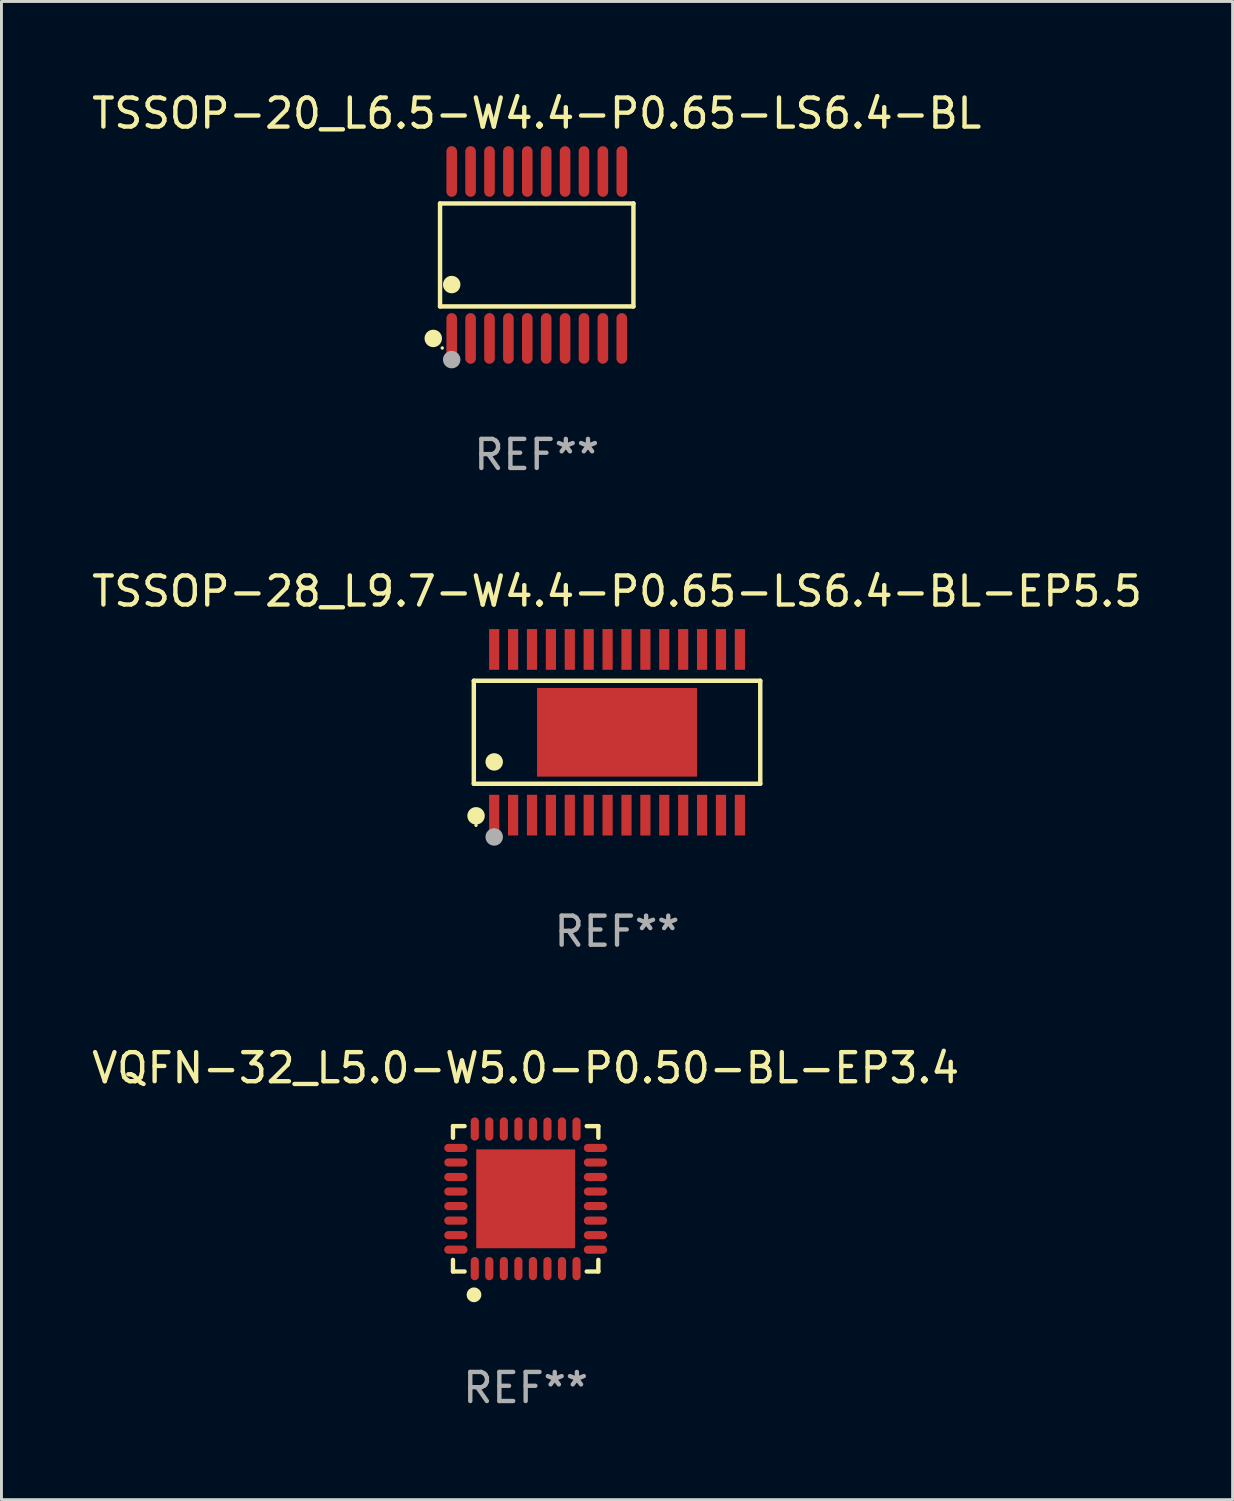
<source format=kicad_pcb>
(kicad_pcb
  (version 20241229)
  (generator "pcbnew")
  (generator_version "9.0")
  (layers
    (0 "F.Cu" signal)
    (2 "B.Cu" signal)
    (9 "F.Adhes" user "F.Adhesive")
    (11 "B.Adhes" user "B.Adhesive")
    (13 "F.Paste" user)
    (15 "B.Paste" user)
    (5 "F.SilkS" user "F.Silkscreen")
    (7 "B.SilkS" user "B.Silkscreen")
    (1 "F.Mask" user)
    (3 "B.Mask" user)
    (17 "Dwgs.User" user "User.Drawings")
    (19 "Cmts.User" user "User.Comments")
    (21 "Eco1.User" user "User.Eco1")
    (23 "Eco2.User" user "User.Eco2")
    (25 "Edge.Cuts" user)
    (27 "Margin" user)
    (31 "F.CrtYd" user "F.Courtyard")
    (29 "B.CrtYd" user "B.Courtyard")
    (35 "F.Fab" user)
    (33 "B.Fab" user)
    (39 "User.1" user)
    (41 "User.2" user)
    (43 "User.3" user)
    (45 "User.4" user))
  (footprint "TSSOP-28_L9.7-W4.4-P0.65-LS6.4-BL-EP5.5"
    (layer "F.Cu")
    (at 18.173 22.137)
    (property "Reference" "TSSOP-28_L9.7-W4.4-P0.65-LS6.4-BL-EP5.5" (at 0 -4.85 0) (layer "F.SilkS") (effects (font (size 1 1) (thickness 0.15))))
    (attr through_hole)
    (fp_line (start -4.926 -1.772) (end 4.926 -1.772) (stroke (width 0.152) (type solid)) (layer "F.SilkS"))
    (fp_line (start -4.926 1.771) (end -4.926 -1.772) (stroke (width 0.152) (type solid)) (layer "F.SilkS"))
    (fp_line (start 4.926 -1.772) (end 4.926 1.771) (stroke (width 0.152) (type solid)) (layer "F.SilkS"))
    (fp_line (start 4.926 1.771) (end -4.926 1.771) (stroke (width 0.152) (type solid)) (layer "F.SilkS"))
    (fp_circle (center -4.85 3.2) (end -4.82 3.2) (stroke (width 0.06) (type solid)) (fill no) (layer "F.SilkS"))
    (fp_circle (center -4.849 2.873) (end -4.699 2.873) (stroke (width 0.3) (type solid)) (fill no) (layer "F.SilkS"))
    (fp_circle (center -4.225 1.019) (end -4.075 1.019) (stroke (width 0.3) (type solid)) (fill no) (layer "F.SilkS"))
    (fp_circle (center -4.225 3.6) (end -4.075 3.6) (stroke (width 0.3) (type solid)) (fill no) (layer "F.Fab"))
    (fp_text user "REF**" (at 0 6.85 0) (layer "F.Fab") (effects (font (size 1 1) (thickness 0.15))))
    (pad "1" smd rect (at -4.225 2.85) (size 0.35 1.4) (layers "F.Cu" "F.Mask" "F.Paste"))
    (pad "2" smd rect (at -3.575 2.85) (size 0.35 1.4) (layers "F.Cu" "F.Mask" "F.Paste"))
    (pad "3" smd rect (at -2.925 2.85) (size 0.35 1.4) (layers "F.Cu" "F.Mask" "F.Paste"))
    (pad "4" smd rect (at -2.275 2.85) (size 0.35 1.4) (layers "F.Cu" "F.Mask" "F.Paste"))
    (pad "5" smd rect (at -1.625 2.85) (size 0.35 1.4) (layers "F.Cu" "F.Mask" "F.Paste"))
    (pad "6" smd rect (at -0.975 2.85) (size 0.35 1.4) (layers "F.Cu" "F.Mask" "F.Paste"))
    (pad "7" smd rect (at -0.325 2.85) (size 0.35 1.4) (layers "F.Cu" "F.Mask" "F.Paste"))
    (pad "8" smd rect (at 0.325 2.85) (size 0.35 1.4) (layers "F.Cu" "F.Mask" "F.Paste"))
    (pad "9" smd rect (at 0.975 2.85) (size 0.35 1.4) (layers "F.Cu" "F.Mask" "F.Paste"))
    (pad "10" smd rect (at 1.625 2.85) (size 0.35 1.4) (layers "F.Cu" "F.Mask" "F.Paste"))
    (pad "11" smd rect (at 2.275 2.85) (size 0.35 1.4) (layers "F.Cu" "F.Mask" "F.Paste"))
    (pad "12" smd rect (at 2.925 2.85) (size 0.35 1.4) (layers "F.Cu" "F.Mask" "F.Paste"))
    (pad "13" smd rect (at 3.575 2.85) (size 0.35 1.4) (layers "F.Cu" "F.Mask" "F.Paste"))
    (pad "14" smd rect (at 4.225 2.85) (size 0.35 1.4) (layers "F.Cu" "F.Mask" "F.Paste"))
    (pad "15" smd rect (at 4.225 -2.85) (size 0.35 1.4) (layers "F.Cu" "F.Mask" "F.Paste"))
    (pad "16" smd rect (at 3.575 -2.85) (size 0.35 1.4) (layers "F.Cu" "F.Mask" "F.Paste"))
    (pad "17" smd rect (at 2.925 -2.85) (size 0.35 1.4) (layers "F.Cu" "F.Mask" "F.Paste"))
    (pad "18" smd rect (at 2.275 -2.85) (size 0.35 1.4) (layers "F.Cu" "F.Mask" "F.Paste"))
    (pad "19" smd rect (at 1.625 -2.85) (size 0.35 1.4) (layers "F.Cu" "F.Mask" "F.Paste"))
    (pad "20" smd rect (at 0.975 -2.85) (size 0.35 1.4) (layers "F.Cu" "F.Mask" "F.Paste"))
    (pad "21" smd rect (at 0.325 -2.85) (size 0.35 1.4) (layers "F.Cu" "F.Mask" "F.Paste"))
    (pad "22" smd rect (at -0.325 -2.85) (size 0.35 1.4) (layers "F.Cu" "F.Mask" "F.Paste"))
    (pad "23" smd rect (at -0.975 -2.85) (size 0.35 1.4) (layers "F.Cu" "F.Mask" "F.Paste"))
    (pad "24" smd rect (at -1.625 -2.85) (size 0.35 1.4) (layers "F.Cu" "F.Mask" "F.Paste"))
    (pad "25" smd rect (at -2.275 -2.85) (size 0.35 1.4) (layers "F.Cu" "F.Mask" "F.Paste"))
    (pad "26" smd rect (at -2.925 -2.85) (size 0.35 1.4) (layers "F.Cu" "F.Mask" "F.Paste"))
    (pad "27" smd rect (at -3.575 -2.85) (size 0.35 1.4) (layers "F.Cu" "F.Mask" "F.Paste"))
    (pad "28" smd rect (at -4.225 -2.85) (size 0.35 1.4) (layers "F.Cu" "F.Mask" "F.Paste"))
    (pad "29" smd rect (at 0 -0.000127) (size 5.5 3.05) (layers "F.Cu" "F.Mask" "F.Paste")))
  (footprint "TSSOP-20_L6.5-W4.4-P0.65-LS6.4-BL"
    (layer "F.Cu")
    (at 15.411 5.719)
    (property "Reference" "TSSOP-20_L6.5-W4.4-P0.65-LS6.4-BL" (at 0 -4.871 0) (layer "F.SilkS") (effects (font (size 1 1) (thickness 0.15))))
    (attr through_hole)
    (fp_line (start -3.326 -1.771) (end 3.326 -1.771) (stroke (width 0.152) (type solid)) (layer "F.SilkS"))
    (fp_line (start -3.326 1.771) (end -3.326 -1.771) (stroke (width 0.152) (type solid)) (layer "F.SilkS"))
    (fp_line (start 3.326 -1.771) (end 3.326 1.771) (stroke (width 0.152) (type solid)) (layer "F.SilkS"))
    (fp_line (start 3.326 1.771) (end -3.326 1.771) (stroke (width 0.152) (type solid)) (layer "F.SilkS"))
    (fp_circle (center -3.559 2.871) (end -3.409 2.871) (stroke (width 0.3) (type solid)) (fill no) (layer "F.SilkS"))
    (fp_circle (center -3.25 3.2) (end -3.22 3.2) (stroke (width 0.06) (type solid)) (fill no) (layer "F.SilkS"))
    (fp_circle (center -2.925 1.019) (end -2.775 1.019) (stroke (width 0.3) (type solid)) (fill no) (layer "F.SilkS"))
    (fp_circle (center -2.925 3.6) (end -2.775 3.6) (stroke (width 0.3) (type solid)) (fill no) (layer "F.Fab"))
    (fp_text user "REF**" (at 0 6.871 0) (layer "F.Fab") (effects (font (size 1 1) (thickness 0.15))))
    (pad "1" smd oval (at -2.925 2.871) (size 0.364 1.742) (layers "F.Cu" "F.Mask" "F.Paste"))
    (pad "2" smd oval (at -2.275 2.871) (size 0.364 1.742) (layers "F.Cu" "F.Mask" "F.Paste"))
    (pad "3" smd oval (at -1.625 2.871) (size 0.364 1.742) (layers "F.Cu" "F.Mask" "F.Paste"))
    (pad "4" smd oval (at -0.975 2.871) (size 0.364 1.742) (layers "F.Cu" "F.Mask" "F.Paste"))
    (pad "5" smd oval (at -0.325 2.871) (size 0.364 1.742) (layers "F.Cu" "F.Mask" "F.Paste"))
    (pad "6" smd oval (at 0.325 2.871) (size 0.364 1.742) (layers "F.Cu" "F.Mask" "F.Paste"))
    (pad "7" smd oval (at 0.975 2.871) (size 0.364 1.742) (layers "F.Cu" "F.Mask" "F.Paste"))
    (pad "8" smd oval (at 1.625 2.871) (size 0.364 1.742) (layers "F.Cu" "F.Mask" "F.Paste"))
    (pad "9" smd oval (at 2.275 2.871) (size 0.364 1.742) (layers "F.Cu" "F.Mask" "F.Paste"))
    (pad "10" smd oval (at 2.925 2.871) (size 0.364 1.742) (layers "F.Cu" "F.Mask" "F.Paste"))
    (pad "11" smd oval (at 2.925 -2.871) (size 0.364 1.742) (layers "F.Cu" "F.Mask" "F.Paste"))
    (pad "12" smd oval (at 2.275 -2.871) (size 0.364 1.742) (layers "F.Cu" "F.Mask" "F.Paste"))
    (pad "13" smd oval (at 1.625 -2.871) (size 0.364 1.742) (layers "F.Cu" "F.Mask" "F.Paste"))
    (pad "14" smd oval (at 0.975 -2.871) (size 0.364 1.742) (layers "F.Cu" "F.Mask" "F.Paste"))
    (pad "15" smd oval (at 0.325 -2.871) (size 0.364 1.742) (layers "F.Cu" "F.Mask" "F.Paste"))
    (pad "16" smd oval (at -0.325 -2.871) (size 0.364 1.742) (layers "F.Cu" "F.Mask" "F.Paste"))
    (pad "17" smd oval (at -0.975 -2.871) (size 0.364 1.742) (layers "F.Cu" "F.Mask" "F.Paste"))
    (pad "18" smd oval (at -1.625 -2.871) (size 0.364 1.742) (layers "F.Cu" "F.Mask" "F.Paste"))
    (pad "19" smd oval (at -2.275 -2.871) (size 0.364 1.742) (layers "F.Cu" "F.Mask" "F.Paste"))
    (pad "20" smd oval (at -2.925 -2.871) (size 0.364 1.742) (layers "F.Cu" "F.Mask" "F.Paste")))
  (footprint "VQFN-32_L5.0-W5.0-P0.50-BL-EP3.4"
    (layer "F.Cu")
    (at 15.03 38.183)
    (property "Reference" "VQFN-32_L5.0-W5.0-P0.50-BL-EP3.4" (at 0.000064 -4.5 0) (layer "F.SilkS") (effects (font (size 1 1) (thickness 0.15))))
    (attr through_hole)
    (fp_line (start -2.5 -2.1) (end -2.5 -2.5) (stroke (width 0.15) (type solid)) (layer "F.SilkS"))
    (fp_line (start -2.5 2.1) (end -2.5 2.5) (stroke (width 0.15) (type solid)) (layer "F.SilkS"))
    (fp_line (start -2.1 -2.5) (end -2.5 -2.5) (stroke (width 0.15) (type solid)) (layer "F.SilkS"))
    (fp_line (start -2.1 2.5) (end -2.5 2.5) (stroke (width 0.15) (type solid)) (layer "F.SilkS"))
    (fp_line (start 2.1 -2.5) (end 2.5 -2.5) (stroke (width 0.15) (type solid)) (layer "F.SilkS"))
    (fp_line (start 2.1 2.5) (end 2.5 2.5) (stroke (width 0.15) (type solid)) (layer "F.SilkS"))
    (fp_line (start 2.5 -2.1) (end 2.5 -2.5) (stroke (width 0.15) (type solid)) (layer "F.SilkS"))
    (fp_line (start 2.5 2.1) (end 2.5 2.5) (stroke (width 0.15) (type solid)) (layer "F.SilkS"))
    (fp_circle (center -1.778 3.302) (end -1.651 3.302) (stroke (width 0.254) (type solid)) (fill no) (layer "F.SilkS"))
    (fp_text user "REF**" (at 0.000064 6.5 0) (layer "F.Fab") (effects (font (size 1 1) (thickness 0.15))))
    (pad "1" smd oval (at -1.75 2.4 90) (size 0.8 0.28) (layers "F.Cu" "F.Mask" "F.Paste"))
    (pad "2" smd oval (at -1.25 2.4 90) (size 0.8 0.28) (layers "F.Cu" "F.Mask" "F.Paste"))
    (pad "3" smd oval (at -0.75 2.4 90) (size 0.8 0.28) (layers "F.Cu" "F.Mask" "F.Paste"))
    (pad "4" smd oval (at -0.25 2.4 90) (size 0.8 0.28) (layers "F.Cu" "F.Mask" "F.Paste"))
    (pad "5" smd oval (at 0.25 2.4 90) (size 0.8 0.28) (layers "F.Cu" "F.Mask" "F.Paste"))
    (pad "6" smd oval (at 0.75 2.4 90) (size 0.8 0.28) (layers "F.Cu" "F.Mask" "F.Paste"))
    (pad "7" smd oval (at 1.25 2.4 90) (size 0.8 0.28) (layers "F.Cu" "F.Mask" "F.Paste"))
    (pad "8" smd oval (at 1.75 2.4 90) (size 0.8 0.28) (layers "F.Cu" "F.Mask" "F.Paste"))
    (pad "9" smd oval (at 2.4 1.75 90) (size 0.28 0.8) (layers "F.Cu" "F.Mask" "F.Paste"))
    (pad "10" smd oval (at 2.4 1.25 90) (size 0.28 0.8) (layers "F.Cu" "F.Mask" "F.Paste"))
    (pad "11" smd oval (at 2.4 0.75 90) (size 0.28 0.8) (layers "F.Cu" "F.Mask" "F.Paste"))
    (pad "12" smd oval (at 2.4 0.25 90) (size 0.28 0.8) (layers "F.Cu" "F.Mask" "F.Paste"))
    (pad "13" smd oval (at 2.4 -0.25 90) (size 0.28 0.8) (layers "F.Cu" "F.Mask" "F.Paste"))
    (pad "14" smd oval (at 2.4 -0.75 90) (size 0.28 0.8) (layers "F.Cu" "F.Mask" "F.Paste"))
    (pad "15" smd oval (at 2.4 -1.25 90) (size 0.28 0.8) (layers "F.Cu" "F.Mask" "F.Paste"))
    (pad "16" smd oval (at 2.4 -1.75 90) (size 0.28 0.8) (layers "F.Cu" "F.Mask" "F.Paste"))
    (pad "17" smd oval (at 1.75 -2.4 90) (size 0.8 0.28) (layers "F.Cu" "F.Mask" "F.Paste"))
    (pad "18" smd oval (at 1.25 -2.4 90) (size 0.8 0.28) (layers "F.Cu" "F.Mask" "F.Paste"))
    (pad "19" smd oval (at 0.75 -2.4 90) (size 0.8 0.28) (layers "F.Cu" "F.Mask" "F.Paste"))
    (pad "20" smd oval (at 0.25 -2.4 90) (size 0.8 0.28) (layers "F.Cu" "F.Mask" "F.Paste"))
    (pad "21" smd oval (at -0.25 -2.4 90) (size 0.8 0.28) (layers "F.Cu" "F.Mask" "F.Paste"))
    (pad "22" smd oval (at -0.75 -2.4 90) (size 0.8 0.28) (layers "F.Cu" "F.Mask" "F.Paste"))
    (pad "23" smd oval (at -1.25 -2.4 90) (size 0.8 0.28) (layers "F.Cu" "F.Mask" "F.Paste"))
    (pad "24" smd oval (at -1.75 -2.4 90) (size 0.8 0.28) (layers "F.Cu" "F.Mask" "F.Paste"))
    (pad "25" smd oval (at -2.4 -1.75 90) (size 0.28 0.8) (layers "F.Cu" "F.Mask" "F.Paste"))
    (pad "26" smd oval (at -2.4 -1.25 90) (size 0.28 0.8) (layers "F.Cu" "F.Mask" "F.Paste"))
    (pad "27" smd oval (at -2.4 -0.75 90) (size 0.28 0.8) (layers "F.Cu" "F.Mask" "F.Paste"))
    (pad "28" smd oval (at -2.4 -0.25 90) (size 0.28 0.8) (layers "F.Cu" "F.Mask" "F.Paste"))
    (pad "29" smd oval (at -2.4 0.25 90) (size 0.28 0.8) (layers "F.Cu" "F.Mask" "F.Paste"))
    (pad "30" smd oval (at -2.4 0.75 90) (size 0.28 0.8) (layers "F.Cu" "F.Mask" "F.Paste"))
    (pad "31" smd oval (at -2.4 1.25 90) (size 0.28 0.8) (layers "F.Cu" "F.Mask" "F.Paste"))
    (pad "32" smd oval (at -2.4 1.75 90) (size 0.28 0.8) (layers "F.Cu" "F.Mask" "F.Paste"))
    (pad "33" smd rect (at 0.000051 0.000254 90) (size 3.4 3.4) (layers "F.Cu" "F.Mask" "F.Paste")))
  (gr_rect
    (start -3 -3)
    (end 39.345 48.531)
    (stroke (width 0.1) (type default))
    (fill no)
    (layer "Edge.Cuts")))
</source>
